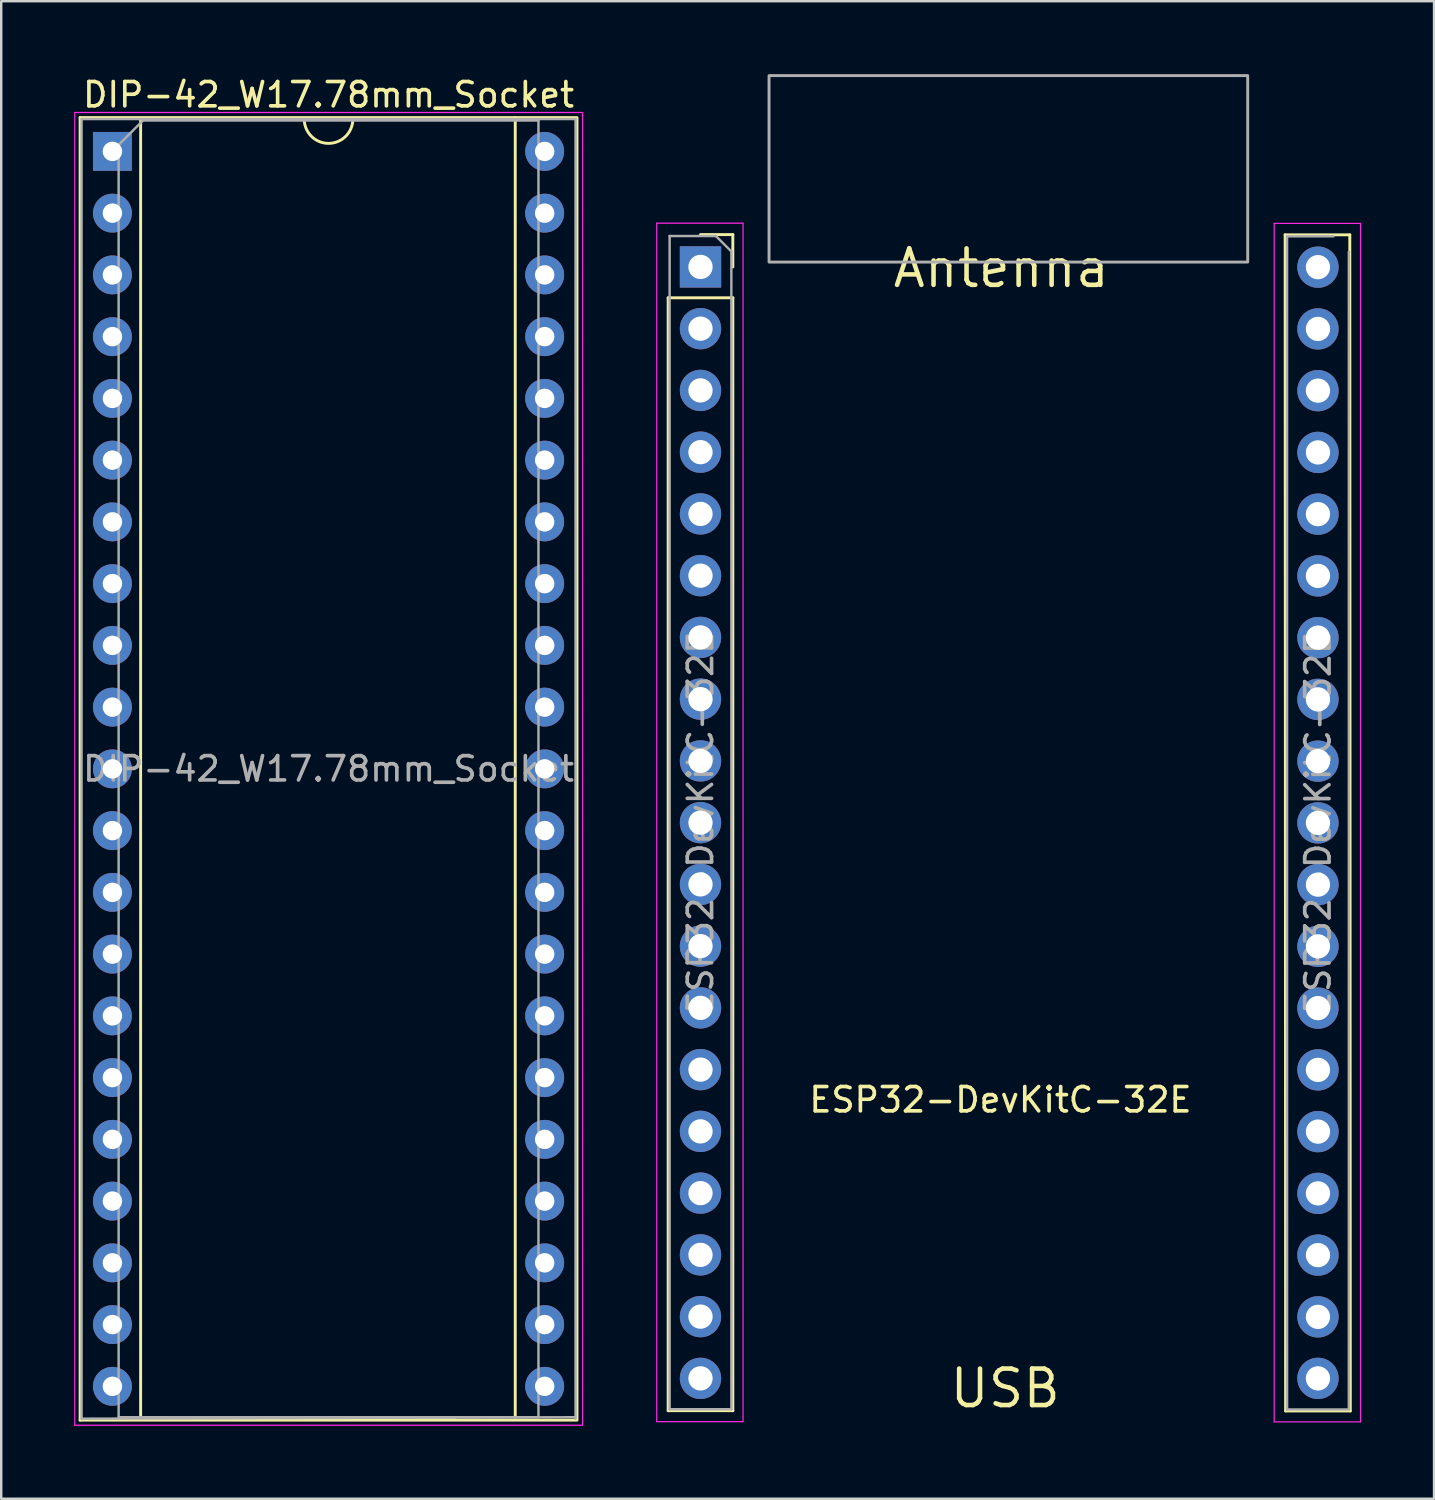
<source format=kicad_pcb>
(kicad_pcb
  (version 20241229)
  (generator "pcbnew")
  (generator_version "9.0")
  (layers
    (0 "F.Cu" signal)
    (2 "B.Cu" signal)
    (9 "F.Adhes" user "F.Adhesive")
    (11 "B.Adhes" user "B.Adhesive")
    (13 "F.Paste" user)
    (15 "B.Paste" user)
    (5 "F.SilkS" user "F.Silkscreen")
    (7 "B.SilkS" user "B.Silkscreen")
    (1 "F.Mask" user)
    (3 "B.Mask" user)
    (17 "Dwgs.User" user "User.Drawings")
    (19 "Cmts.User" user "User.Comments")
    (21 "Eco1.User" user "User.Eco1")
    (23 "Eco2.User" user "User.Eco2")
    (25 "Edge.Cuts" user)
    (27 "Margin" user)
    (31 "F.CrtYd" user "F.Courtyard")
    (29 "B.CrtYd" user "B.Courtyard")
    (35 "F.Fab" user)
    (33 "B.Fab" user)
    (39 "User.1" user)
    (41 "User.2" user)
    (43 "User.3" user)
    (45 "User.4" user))
  (footprint "ESP32-DevKitC-32E"
    (layer "F.Cu")
    (at 25.765 7.93)
    (property "Reference" "ESP32-DevKitC-32E" (at 12.34 34.26 0) (layer "F.SilkS") (effects (font (size 1 1) (thickness 0.15))))
    (attr through_hole)
    (fp_line (start -1.33 1.27) (end -1.33 47.05) (stroke (width 0.12) (type solid)) (layer "F.SilkS"))
    (fp_line (start -1.33 1.27) (end 1.33 1.27) (stroke (width 0.12) (type solid)) (layer "F.SilkS"))
    (fp_line (start -1.33 47.05) (end 1.33 47.05) (stroke (width 0.12) (type solid)) (layer "F.SilkS"))
    (fp_line (start 0 -1.33) (end 1.33 -1.33) (stroke (width 0.12) (type solid)) (layer "F.SilkS"))
    (fp_line (start 1.33 -1.33) (end 1.33 0) (stroke (width 0.12) (type solid)) (layer "F.SilkS"))
    (fp_line (start 1.33 1.27) (end 1.33 47.05) (stroke (width 0.12) (type solid)) (layer "F.SilkS"))
    (fp_line (start 24.05 -1.32) (end 24.07 47.06) (stroke (width 0.12) (type solid)) (layer "F.SilkS"))
    (fp_line (start 24.05 -1.32) (end 26.71 -1.32) (stroke (width 0.12) (type solid)) (layer "F.SilkS"))
    (fp_line (start 24.07 47.06) (end 26.73 47.06) (stroke (width 0.12) (type solid)) (layer "F.SilkS"))
    (fp_line (start 26.71 -1.32) (end 26.73 47.06) (stroke (width 0.12) (type solid)) (layer "F.SilkS"))
    (fp_line (start -1.8 -1.8) (end 1.75 -1.8) (stroke (width 0.05) (type solid)) (layer "F.CrtYd"))
    (fp_line (start -1.8 47.5) (end -1.8 -1.8) (stroke (width 0.05) (type solid)) (layer "F.CrtYd"))
    (fp_line (start 1.75 -1.8) (end 1.75 47.5) (stroke (width 0.05) (type solid)) (layer "F.CrtYd"))
    (fp_line (start 1.75 47.5) (end -1.8 47.5) (stroke (width 0.05) (type solid)) (layer "F.CrtYd"))
    (fp_line (start 23.6 -1.79) (end 27.15 -1.79) (stroke (width 0.05) (type solid)) (layer "F.CrtYd"))
    (fp_line (start 23.6 47.51) (end 23.6 -1.79) (stroke (width 0.05) (type solid)) (layer "F.CrtYd"))
    (fp_line (start 27.15 -1.79) (end 27.15 47.51) (stroke (width 0.05) (type solid)) (layer "F.CrtYd"))
    (fp_line (start 27.15 47.51) (end 23.6 47.51) (stroke (width 0.05) (type solid)) (layer "F.CrtYd"))
    (fp_line (start -1.27 -1.27) (end 0.635 -1.27) (stroke (width 0.1) (type solid)) (layer "F.Fab"))
    (fp_line (start -1.27 46.99) (end -1.27 -1.27) (stroke (width 0.1) (type solid)) (layer "F.Fab"))
    (fp_line (start 0.635 -1.27) (end 1.27 -0.635) (stroke (width 0.1) (type solid)) (layer "F.Fab"))
    (fp_line (start 1.27 -0.635) (end 1.27 46.99) (stroke (width 0.1) (type solid)) (layer "F.Fab"))
    (fp_line (start 1.27 46.99) (end -1.27 46.99) (stroke (width 0.1) (type solid)) (layer "F.Fab"))
    (fp_line (start 24.13 -1.26) (end 26.035 -1.26) (stroke (width 0.1) (type solid)) (layer "F.Fab"))
    (fp_line (start 24.13 47) (end 24.13 -1.26) (stroke (width 0.1) (type solid)) (layer "F.Fab"))
    (fp_line (start 26.67 -0.625) (end 26.67 47) (stroke (width 0.1) (type solid)) (layer "F.Fab"))
    (fp_line (start 26.67 47) (end 24.13 47) (stroke (width 0.1) (type solid)) (layer "F.Fab"))
    (fp_rect (start 2.82 -7.87) (end 22.51 -0.2) (stroke (width 0.12) (type default)) (fill no) (layer "F.Fab"))
    (fp_text user "USB" (at 10.16 47.01 0) (unlocked yes) (layer "F.SilkS") (effects (font (size 1.5 1.5) (thickness 0.188)) (justify left bottom)))
    (fp_text user "Antenna" (at 7.82 0.93 0) (unlocked yes) (layer "F.SilkS") (effects (font (size 1.5 1.5) (thickness 0.188)) (justify left bottom)))
    (fp_text user "${REFERENCE}" (at 25.4 22.87 90) (layer "F.Fab") (effects (font (size 1 1) (thickness 0.15))))
    (fp_text user "${REFERENCE}" (at 0 22.86 90) (layer "F.Fab") (effects (font (size 1 1) (thickness 0.15))))
    (pad "1" thru_hole rect (at 0 0) (size 1.7 1.7) (drill 1) (layers "*.Cu" "*.Mask"))
    (pad "2" thru_hole oval (at 0 2.54) (size 1.7 1.7) (drill 1) (layers "*.Cu" "*.Mask"))
    (pad "3" thru_hole oval (at 0 5.08) (size 1.7 1.7) (drill 1) (layers "*.Cu" "*.Mask"))
    (pad "4" thru_hole oval (at 0 7.62) (size 1.7 1.7) (drill 1) (layers "*.Cu" "*.Mask"))
    (pad "5" thru_hole oval (at 0 10.16) (size 1.7 1.7) (drill 1) (layers "*.Cu" "*.Mask"))
    (pad "6" thru_hole oval (at 0 12.7) (size 1.7 1.7) (drill 1) (layers "*.Cu" "*.Mask"))
    (pad "7" thru_hole oval (at 0 15.24) (size 1.7 1.7) (drill 1) (layers "*.Cu" "*.Mask"))
    (pad "8" thru_hole oval (at 0 17.78) (size 1.7 1.7) (drill 1) (layers "*.Cu" "*.Mask"))
    (pad "9" thru_hole oval (at 0 20.32) (size 1.7 1.7) (drill 1) (layers "*.Cu" "*.Mask"))
    (pad "10" thru_hole oval (at 0 22.86) (size 1.7 1.7) (drill 1) (layers "*.Cu" "*.Mask"))
    (pad "11" thru_hole oval (at 0 25.4) (size 1.7 1.7) (drill 1) (layers "*.Cu" "*.Mask"))
    (pad "12" thru_hole oval (at 0 27.94) (size 1.7 1.7) (drill 1) (layers "*.Cu" "*.Mask"))
    (pad "13" thru_hole oval (at 0 30.48) (size 1.7 1.7) (drill 1) (layers "*.Cu" "*.Mask"))
    (pad "14" thru_hole oval (at 0 33.02) (size 1.7 1.7) (drill 1) (layers "*.Cu" "*.Mask"))
    (pad "15" thru_hole oval (at 0 35.56) (size 1.7 1.7) (drill 1) (layers "*.Cu" "*.Mask"))
    (pad "16" thru_hole oval (at 0 38.1) (size 1.7 1.7) (drill 1) (layers "*.Cu" "*.Mask"))
    (pad "17" thru_hole oval (at 0 40.64) (size 1.7 1.7) (drill 1) (layers "*.Cu" "*.Mask"))
    (pad "18" thru_hole oval (at 0 43.18) (size 1.7 1.7) (drill 1) (layers "*.Cu" "*.Mask"))
    (pad "19" thru_hole oval (at 0 45.72) (size 1.7 1.7) (drill 1) (layers "*.Cu" "*.Mask"))
    (pad "20" thru_hole oval (at 25.4 45.72) (size 1.7 1.7) (drill 1) (layers "*.Cu" "*.Mask"))
    (pad "21" thru_hole oval (at 25.4 43.19) (size 1.7 1.7) (drill 1) (layers "*.Cu" "*.Mask"))
    (pad "22" thru_hole oval (at 25.4 40.65) (size 1.7 1.7) (drill 1) (layers "*.Cu" "*.Mask"))
    (pad "23" thru_hole oval (at 25.4 38.11) (size 1.7 1.7) (drill 1) (layers "*.Cu" "*.Mask"))
    (pad "24" thru_hole oval (at 25.4 35.57) (size 1.7 1.7) (drill 1) (layers "*.Cu" "*.Mask"))
    (pad "25" thru_hole oval (at 25.4 33.03) (size 1.7 1.7) (drill 1) (layers "*.Cu" "*.Mask"))
    (pad "26" thru_hole oval (at 25.4 30.49) (size 1.7 1.7) (drill 1) (layers "*.Cu" "*.Mask"))
    (pad "27" thru_hole oval (at 25.4 27.95) (size 1.7 1.7) (drill 1) (layers "*.Cu" "*.Mask"))
    (pad "28" thru_hole oval (at 25.4 25.41) (size 1.7 1.7) (drill 1) (layers "*.Cu" "*.Mask"))
    (pad "29" thru_hole oval (at 25.4 22.87) (size 1.7 1.7) (drill 1) (layers "*.Cu" "*.Mask"))
    (pad "30" thru_hole oval (at 25.4 20.33) (size 1.7 1.7) (drill 1) (layers "*.Cu" "*.Mask"))
    (pad "31" thru_hole oval (at 25.4 17.79) (size 1.7 1.7) (drill 1) (layers "*.Cu" "*.Mask"))
    (pad "32" thru_hole oval (at 25.4 15.25) (size 1.7 1.7) (drill 1) (layers "*.Cu" "*.Mask"))
    (pad "33" thru_hole oval (at 25.4 12.71) (size 1.7 1.7) (drill 1) (layers "*.Cu" "*.Mask"))
    (pad "34" thru_hole oval (at 25.4 10.17) (size 1.7 1.7) (drill 1) (layers "*.Cu" "*.Mask"))
    (pad "35" thru_hole oval (at 25.4 7.63) (size 1.7 1.7) (drill 1) (layers "*.Cu" "*.Mask"))
    (pad "36" thru_hole oval (at 25.4 5.09) (size 1.7 1.7) (drill 1) (layers "*.Cu" "*.Mask"))
    (pad "37" thru_hole oval (at 25.4 2.55) (size 1.7 1.7) (drill 1) (layers "*.Cu" "*.Mask"))
    (pad "38" thru_hole oval (at 25.4 0.01) (size 1.7 1.7) (drill 1) (layers "*.Cu" "*.Mask")))
  (footprint "DIP-42_W17.78mm_Socket"
    (layer "F.Cu")
    (at 1.575 3.178)
    (property "Reference" "DIP-42_W17.78mm_Socket" (at 8.89 -2.33 0) (layer "F.SilkS") (effects (font (size 1 1) (thickness 0.15))))
    (attr through_hole)
    (fp_line (start -1.33 -1.39) (end -1.33 52.19) (stroke (width 0.12) (type solid)) (layer "F.SilkS"))
    (fp_line (start -1.33 52.19) (end 19.05 52.19) (stroke (width 0.12) (type solid)) (layer "F.SilkS"))
    (fp_line (start 1.16 -1.33) (end 1.16 52.13) (stroke (width 0.12) (type solid)) (layer "F.SilkS"))
    (fp_line (start 1.16 52.13) (end 14.08 52.13) (stroke (width 0.12) (type solid)) (layer "F.SilkS"))
    (fp_line (start 6.62 -1.33) (end 1.16 -1.33) (stroke (width 0.12) (type solid)) (layer "F.SilkS"))
    (fp_line (start 14.08 -1.33) (end 8.62 -1.33) (stroke (width 0.12) (type solid)) (layer "F.SilkS"))
    (fp_line (start 16.57 52.07) (end 16.57 -1.39) (stroke (width 0.12) (type solid)) (layer "F.SilkS"))
    (fp_line (start 19.05 -1.39) (end -1.33 -1.39) (stroke (width 0.12) (type solid)) (layer "F.SilkS"))
    (fp_line (start 19.11 52.19) (end 19.11 -1.39) (stroke (width 0.12) (type solid)) (layer "F.SilkS"))
    (fp_arc (start 9.89 -1.33) (mid 8.89 -0.33) (end 7.89 -1.33) (stroke (width 0.12) (type solid)) (layer "F.SilkS"))
    (fp_line (start -1.55 -1.6) (end -1.55 52.4) (stroke (width 0.05) (type solid)) (layer "F.CrtYd"))
    (fp_line (start -1.55 52.4) (end 19.34 52.4) (stroke (width 0.05) (type solid)) (layer "F.CrtYd"))
    (fp_line (start 19.34 -1.6) (end -1.55 -1.6) (stroke (width 0.05) (type solid)) (layer "F.CrtYd"))
    (fp_line (start 19.34 52.4) (end 19.34 -1.6) (stroke (width 0.05) (type solid)) (layer "F.CrtYd"))
    (fp_line (start -1.27 -1.33) (end -1.27 52.13) (stroke (width 0.1) (type solid)) (layer "F.Fab"))
    (fp_line (start -1.27 52.13) (end 19.05 52.07) (stroke (width 0.1) (type solid)) (layer "F.Fab"))
    (fp_line (start 0.255 -0.27) (end 1.255 -1.27) (stroke (width 0.1) (type solid)) (layer "F.Fab"))
    (fp_line (start 0.255 52.07) (end 0.255 -0.27) (stroke (width 0.1) (type solid)) (layer "F.Fab"))
    (fp_line (start 1.255 -1.27) (end 17.525 -1.27) (stroke (width 0.1) (type solid)) (layer "F.Fab"))
    (fp_line (start 17.525 -1.27) (end 17.525 52.07) (stroke (width 0.1) (type solid)) (layer "F.Fab"))
    (fp_line (start 17.525 52.07) (end 0.255 52.07) (stroke (width 0.1) (type solid)) (layer "F.Fab"))
    (fp_line (start 19.05 -1.33) (end -1.27 -1.33) (stroke (width 0.1) (type solid)) (layer "F.Fab"))
    (fp_line (start 19.05 52.13) (end 19.05 -1.33) (stroke (width 0.1) (type solid)) (layer "F.Fab"))
    (fp_text user "${REFERENCE}" (at 8.89 25.4 0) (layer "F.Fab") (effects (font (size 1 1) (thickness 0.15))))
    (pad "1" thru_hole rect (at 0 0) (size 1.6 1.6) (drill 0.8) (layers "*.Cu" "*.Mask"))
    (pad "2" thru_hole oval (at 0 2.54) (size 1.6 1.6) (drill 0.8) (layers "*.Cu" "*.Mask"))
    (pad "3" thru_hole oval (at 0 5.08) (size 1.6 1.6) (drill 0.8) (layers "*.Cu" "*.Mask"))
    (pad "4" thru_hole oval (at 0 7.62) (size 1.6 1.6) (drill 0.8) (layers "*.Cu" "*.Mask"))
    (pad "5" thru_hole oval (at 0 10.16) (size 1.6 1.6) (drill 0.8) (layers "*.Cu" "*.Mask"))
    (pad "6" thru_hole oval (at 0 12.7) (size 1.6 1.6) (drill 0.8) (layers "*.Cu" "*.Mask"))
    (pad "7" thru_hole oval (at 0 15.24) (size 1.6 1.6) (drill 0.8) (layers "*.Cu" "*.Mask"))
    (pad "8" thru_hole oval (at 0 17.78) (size 1.6 1.6) (drill 0.8) (layers "*.Cu" "*.Mask"))
    (pad "9" thru_hole oval (at 0 20.32) (size 1.6 1.6) (drill 0.8) (layers "*.Cu" "*.Mask"))
    (pad "10" thru_hole oval (at 0 22.86) (size 1.6 1.6) (drill 0.8) (layers "*.Cu" "*.Mask"))
    (pad "11" thru_hole oval (at 0 25.4) (size 1.6 1.6) (drill 0.8) (layers "*.Cu" "*.Mask"))
    (pad "12" thru_hole oval (at 0 27.94) (size 1.6 1.6) (drill 0.8) (layers "*.Cu" "*.Mask"))
    (pad "13" thru_hole oval (at 0 30.48) (size 1.6 1.6) (drill 0.8) (layers "*.Cu" "*.Mask"))
    (pad "14" thru_hole oval (at 0 33.02) (size 1.6 1.6) (drill 0.8) (layers "*.Cu" "*.Mask"))
    (pad "15" thru_hole oval (at 0 35.56) (size 1.6 1.6) (drill 0.8) (layers "*.Cu" "*.Mask"))
    (pad "16" thru_hole oval (at 0 38.1) (size 1.6 1.6) (drill 0.8) (layers "*.Cu" "*.Mask"))
    (pad "17" thru_hole oval (at 0 40.64) (size 1.6 1.6) (drill 0.8) (layers "*.Cu" "*.Mask"))
    (pad "18" thru_hole oval (at 0 43.18) (size 1.6 1.6) (drill 0.8) (layers "*.Cu" "*.Mask"))
    (pad "19" thru_hole oval (at 0 45.72) (size 1.6 1.6) (drill 0.8) (layers "*.Cu" "*.Mask"))
    (pad "20" thru_hole oval (at 0 48.26) (size 1.6 1.6) (drill 0.8) (layers "*.Cu" "*.Mask"))
    (pad "21" thru_hole oval (at 0 50.8) (size 1.6 1.6) (drill 0.8) (layers "*.Cu" "*.Mask"))
    (pad "22" thru_hole oval (at 17.78 50.8) (size 1.6 1.6) (drill 0.8) (layers "*.Cu" "*.Mask"))
    (pad "23" thru_hole oval (at 17.78 48.26) (size 1.6 1.6) (drill 0.8) (layers "*.Cu" "*.Mask"))
    (pad "24" thru_hole oval (at 17.78 45.72) (size 1.6 1.6) (drill 0.8) (layers "*.Cu" "*.Mask"))
    (pad "25" thru_hole oval (at 17.78 43.18) (size 1.6 1.6) (drill 0.8) (layers "*.Cu" "*.Mask"))
    (pad "26" thru_hole oval (at 17.78 40.64) (size 1.6 1.6) (drill 0.8) (layers "*.Cu" "*.Mask"))
    (pad "27" thru_hole oval (at 17.78 38.1) (size 1.6 1.6) (drill 0.8) (layers "*.Cu" "*.Mask"))
    (pad "28" thru_hole oval (at 17.78 35.56) (size 1.6 1.6) (drill 0.8) (layers "*.Cu" "*.Mask"))
    (pad "29" thru_hole oval (at 17.78 33.02) (size 1.6 1.6) (drill 0.8) (layers "*.Cu" "*.Mask"))
    (pad "30" thru_hole oval (at 17.78 30.48) (size 1.6 1.6) (drill 0.8) (layers "*.Cu" "*.Mask"))
    (pad "31" thru_hole oval (at 17.78 27.94) (size 1.6 1.6) (drill 0.8) (layers "*.Cu" "*.Mask"))
    (pad "32" thru_hole oval (at 17.78 25.4) (size 1.6 1.6) (drill 0.8) (layers "*.Cu" "*.Mask"))
    (pad "33" thru_hole oval (at 17.78 22.86) (size 1.6 1.6) (drill 0.8) (layers "*.Cu" "*.Mask"))
    (pad "34" thru_hole oval (at 17.78 20.32) (size 1.6 1.6) (drill 0.8) (layers "*.Cu" "*.Mask"))
    (pad "35" thru_hole oval (at 17.78 17.78) (size 1.6 1.6) (drill 0.8) (layers "*.Cu" "*.Mask"))
    (pad "36" thru_hole oval (at 17.78 15.24) (size 1.6 1.6) (drill 0.8) (layers "*.Cu" "*.Mask"))
    (pad "37" thru_hole oval (at 17.78 12.7) (size 1.6 1.6) (drill 0.8) (layers "*.Cu" "*.Mask"))
    (pad "38" thru_hole oval (at 17.78 10.16) (size 1.6 1.6) (drill 0.8) (layers "*.Cu" "*.Mask"))
    (pad "39" thru_hole oval (at 17.78 7.62) (size 1.6 1.6) (drill 0.8) (layers "*.Cu" "*.Mask"))
    (pad "40" thru_hole oval (at 17.78 5.08) (size 1.6 1.6) (drill 0.8) (layers "*.Cu" "*.Mask"))
    (pad "41" thru_hole oval (at 17.78 2.54) (size 1.6 1.6) (drill 0.8) (layers "*.Cu" "*.Mask"))
    (pad "42" thru_hole oval (at 17.78 0) (size 1.6 1.6) (drill 0.8) (layers "*.Cu" "*.Mask")))
  (gr_rect
    (start -3 -3)
    (end 55.94 58.603)
    (stroke (width 0.1) (type default))
    (fill no)
    (layer "Edge.Cuts")))
</source>
